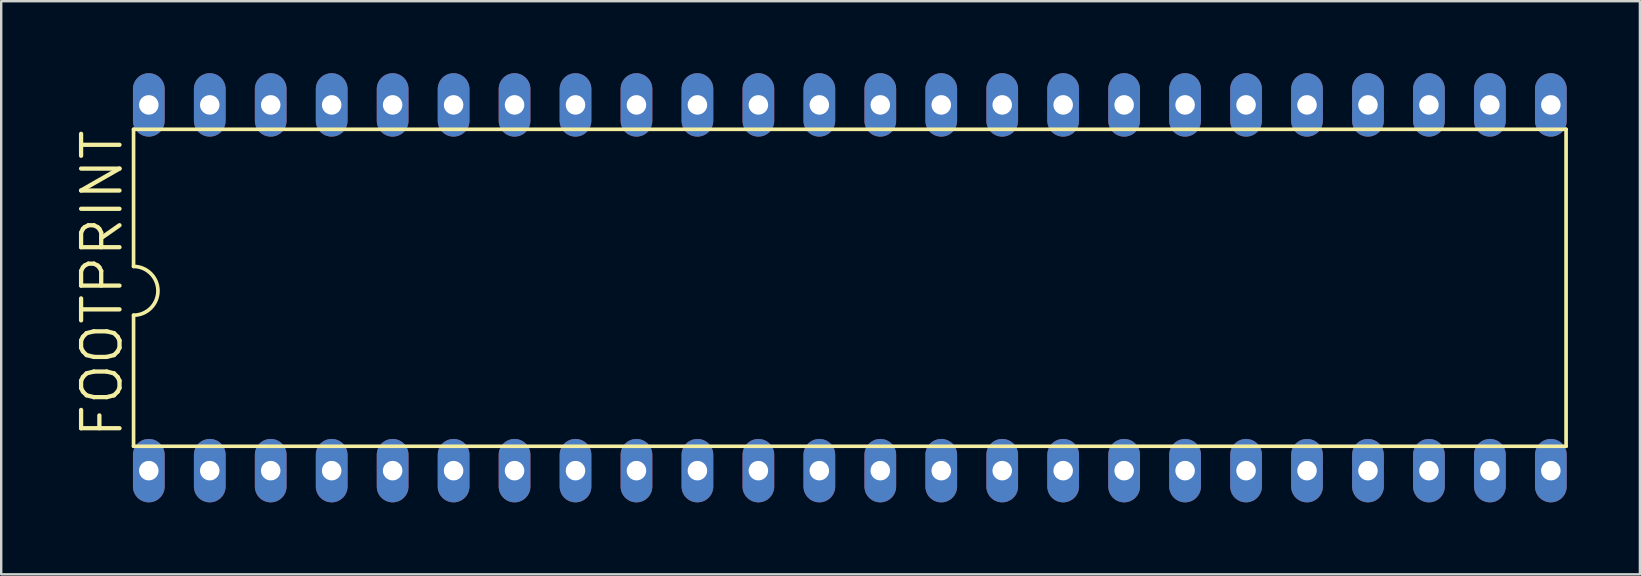
<source format=kicad_pcb>
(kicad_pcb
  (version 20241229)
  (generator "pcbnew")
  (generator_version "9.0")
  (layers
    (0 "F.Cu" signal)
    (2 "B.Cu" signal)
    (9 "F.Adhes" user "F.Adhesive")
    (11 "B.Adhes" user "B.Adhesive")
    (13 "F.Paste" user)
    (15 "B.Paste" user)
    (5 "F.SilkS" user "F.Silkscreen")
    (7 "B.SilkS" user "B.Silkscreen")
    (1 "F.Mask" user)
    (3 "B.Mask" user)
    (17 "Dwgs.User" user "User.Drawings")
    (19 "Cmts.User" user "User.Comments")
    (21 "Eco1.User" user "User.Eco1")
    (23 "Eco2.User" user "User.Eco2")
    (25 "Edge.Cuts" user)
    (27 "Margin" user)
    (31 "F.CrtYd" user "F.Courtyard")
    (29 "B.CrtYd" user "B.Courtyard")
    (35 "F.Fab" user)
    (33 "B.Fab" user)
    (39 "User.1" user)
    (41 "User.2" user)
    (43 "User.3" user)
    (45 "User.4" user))
  (footprint "FOOTPRINT"
    (layer "F.Cu")
    (at 32.36 8.941)
    (property "Reference" "FOOTPRINT" (at -30.226 6.35 90) (layer "F.SilkS") (effects (font (size 1.6 1.6) (thickness 0.178)) (justify left bottom)))
    (fp_line (start -29.845 -6.604) (end -29.845 -0.889) (stroke (width 0.152) (type solid)) (layer "F.SilkS"))
    (fp_line (start -29.845 6.604) (end -29.845 1.143) (stroke (width 0.152) (type solid)) (layer "F.SilkS"))
    (fp_line (start -29.845 6.604) (end 29.845 6.604) (stroke (width 0.152) (type solid)) (layer "F.SilkS"))
    (fp_line (start 29.845 -6.604) (end -29.845 -6.604) (stroke (width 0.152) (type solid)) (layer "F.SilkS"))
    (fp_line (start 29.845 6.604) (end 29.845 -6.604) (stroke (width 0.152) (type solid)) (layer "F.SilkS"))
    (fp_arc (start -29.845 -0.889) (mid -28.829 0.127) (end -29.845 1.143) (stroke (width 0.1524) (type solid)) (layer "F.SilkS"))
    (pad "1" thru_hole oval (at -29.21 7.62 90) (size 2.642 1.321) (drill 0.813) (layers "*.Cu" "*.Mask"))
    (pad "2" thru_hole oval (at -26.67 7.62 90) (size 2.642 1.321) (drill 0.813) (layers "*.Cu" "*.Mask"))
    (pad "3" thru_hole oval (at -24.13 7.62 90) (size 2.642 1.321) (drill 0.813) (layers "*.Cu" "*.Mask"))
    (pad "4" thru_hole oval (at -21.59 7.62 90) (size 2.642 1.321) (drill 0.813) (layers "*.Cu" "*.Mask"))
    (pad "5" thru_hole oval (at -19.05 7.62 90) (size 2.642 1.321) (drill 0.813) (layers "*.Cu" "*.Mask"))
    (pad "6" thru_hole oval (at -16.51 7.62 90) (size 2.642 1.321) (drill 0.813) (layers "*.Cu" "*.Mask"))
    (pad "7" thru_hole oval (at -13.97 7.62 90) (size 2.642 1.321) (drill 0.813) (layers "*.Cu" "*.Mask"))
    (pad "8" thru_hole oval (at -11.43 7.62 90) (size 2.642 1.321) (drill 0.813) (layers "*.Cu" "*.Mask"))
    (pad "9" thru_hole oval (at -8.89 7.62 90) (size 2.642 1.321) (drill 0.813) (layers "*.Cu" "*.Mask"))
    (pad "10" thru_hole oval (at -6.35 7.62 90) (size 2.642 1.321) (drill 0.813) (layers "*.Cu" "*.Mask"))
    (pad "11" thru_hole oval (at -3.81 7.62 90) (size 2.642 1.321) (drill 0.813) (layers "*.Cu" "*.Mask"))
    (pad "12" thru_hole oval (at -1.27 7.62 90) (size 2.642 1.321) (drill 0.813) (layers "*.Cu" "*.Mask"))
    (pad "13" thru_hole oval (at 1.27 7.62 90) (size 2.642 1.321) (drill 0.813) (layers "*.Cu" "*.Mask"))
    (pad "14" thru_hole oval (at 3.81 7.62 90) (size 2.642 1.321) (drill 0.813) (layers "*.Cu" "*.Mask"))
    (pad "15" thru_hole oval (at 6.35 7.62 90) (size 2.642 1.321) (drill 0.813) (layers "*.Cu" "*.Mask"))
    (pad "16" thru_hole oval (at 8.89 7.62 90) (size 2.642 1.321) (drill 0.813) (layers "*.Cu" "*.Mask"))
    (pad "17" thru_hole oval (at 11.43 7.62 90) (size 2.642 1.321) (drill 0.813) (layers "*.Cu" "*.Mask"))
    (pad "18" thru_hole oval (at 13.97 7.62 90) (size 2.642 1.321) (drill 0.813) (layers "*.Cu" "*.Mask"))
    (pad "19" thru_hole oval (at 16.51 7.62 90) (size 2.642 1.321) (drill 0.813) (layers "*.Cu" "*.Mask"))
    (pad "20" thru_hole oval (at 19.05 7.62 90) (size 2.642 1.321) (drill 0.813) (layers "*.Cu" "*.Mask"))
    (pad "21" thru_hole oval (at 21.59 7.62 90) (size 2.642 1.321) (drill 0.813) (layers "*.Cu" "*.Mask"))
    (pad "22" thru_hole oval (at 24.13 7.62 90) (size 2.642 1.321) (drill 0.813) (layers "*.Cu" "*.Mask"))
    (pad "23" thru_hole oval (at 26.67 7.62 90) (size 2.642 1.321) (drill 0.813) (layers "*.Cu" "*.Mask"))
    (pad "24" thru_hole oval (at 29.21 7.62 90) (size 2.642 1.321) (drill 0.813) (layers "*.Cu" "*.Mask"))
    (pad "25" thru_hole oval (at 29.21 -7.62 90) (size 2.642 1.321) (drill 0.813) (layers "*.Cu" "*.Mask"))
    (pad "26" thru_hole oval (at 26.67 -7.62 90) (size 2.642 1.321) (drill 0.813) (layers "*.Cu" "*.Mask"))
    (pad "27" thru_hole oval (at 24.13 -7.62 90) (size 2.642 1.321) (drill 0.813) (layers "*.Cu" "*.Mask"))
    (pad "28" thru_hole oval (at 21.59 -7.62 90) (size 2.642 1.321) (drill 0.813) (layers "*.Cu" "*.Mask"))
    (pad "29" thru_hole oval (at 19.05 -7.62 90) (size 2.642 1.321) (drill 0.813) (layers "*.Cu" "*.Mask"))
    (pad "30" thru_hole oval (at 16.51 -7.62 90) (size 2.642 1.321) (drill 0.813) (layers "*.Cu" "*.Mask"))
    (pad "31" thru_hole oval (at 13.97 -7.62 90) (size 2.642 1.321) (drill 0.813) (layers "*.Cu" "*.Mask"))
    (pad "32" thru_hole oval (at 11.43 -7.62 90) (size 2.642 1.321) (drill 0.813) (layers "*.Cu" "*.Mask"))
    (pad "33" thru_hole oval (at 8.89 -7.62 90) (size 2.642 1.321) (drill 0.813) (layers "*.Cu" "*.Mask"))
    (pad "34" thru_hole oval (at 6.35 -7.62 90) (size 2.642 1.321) (drill 0.813) (layers "*.Cu" "*.Mask"))
    (pad "35" thru_hole oval (at 3.81 -7.62 90) (size 2.642 1.321) (drill 0.813) (layers "*.Cu" "*.Mask"))
    (pad "36" thru_hole oval (at 1.27 -7.62 90) (size 2.642 1.321) (drill 0.813) (layers "*.Cu" "*.Mask"))
    (pad "37" thru_hole oval (at -1.27 -7.62 90) (size 2.642 1.321) (drill 0.813) (layers "*.Cu" "*.Mask"))
    (pad "38" thru_hole oval (at -3.81 -7.62 90) (size 2.642 1.321) (drill 0.813) (layers "*.Cu" "*.Mask"))
    (pad "39" thru_hole oval (at -6.35 -7.62 90) (size 2.642 1.321) (drill 0.813) (layers "*.Cu" "*.Mask"))
    (pad "40" thru_hole oval (at -8.89 -7.62 90) (size 2.642 1.321) (drill 0.813) (layers "*.Cu" "*.Mask"))
    (pad "41" thru_hole oval (at -11.43 -7.62 90) (size 2.642 1.321) (drill 0.813) (layers "*.Cu" "*.Mask"))
    (pad "42" thru_hole oval (at -13.97 -7.62 90) (size 2.642 1.321) (drill 0.813) (layers "*.Cu" "*.Mask"))
    (pad "43" thru_hole oval (at -16.51 -7.62 90) (size 2.642 1.321) (drill 0.813) (layers "*.Cu" "*.Mask"))
    (pad "44" thru_hole oval (at -19.05 -7.62 90) (size 2.642 1.321) (drill 0.813) (layers "*.Cu" "*.Mask"))
    (pad "45" thru_hole oval (at -21.59 -7.62 90) (size 2.642 1.321) (drill 0.813) (layers "*.Cu" "*.Mask"))
    (pad "46" thru_hole oval (at -24.13 -7.62 90) (size 2.642 1.321) (drill 0.813) (layers "*.Cu" "*.Mask"))
    (pad "47" thru_hole oval (at -26.67 -7.62 90) (size 2.642 1.321) (drill 0.813) (layers "*.Cu" "*.Mask"))
    (pad "48" thru_hole oval (at -29.21 -7.62 90) (size 2.642 1.321) (drill 0.813) (layers "*.Cu" "*.Mask")))
  (gr_rect
    (start -3 -3)
    (end 65.281 20.882)
    (stroke (width 0.1) (type default))
    (fill no)
    (layer "Edge.Cuts")))
</source>
